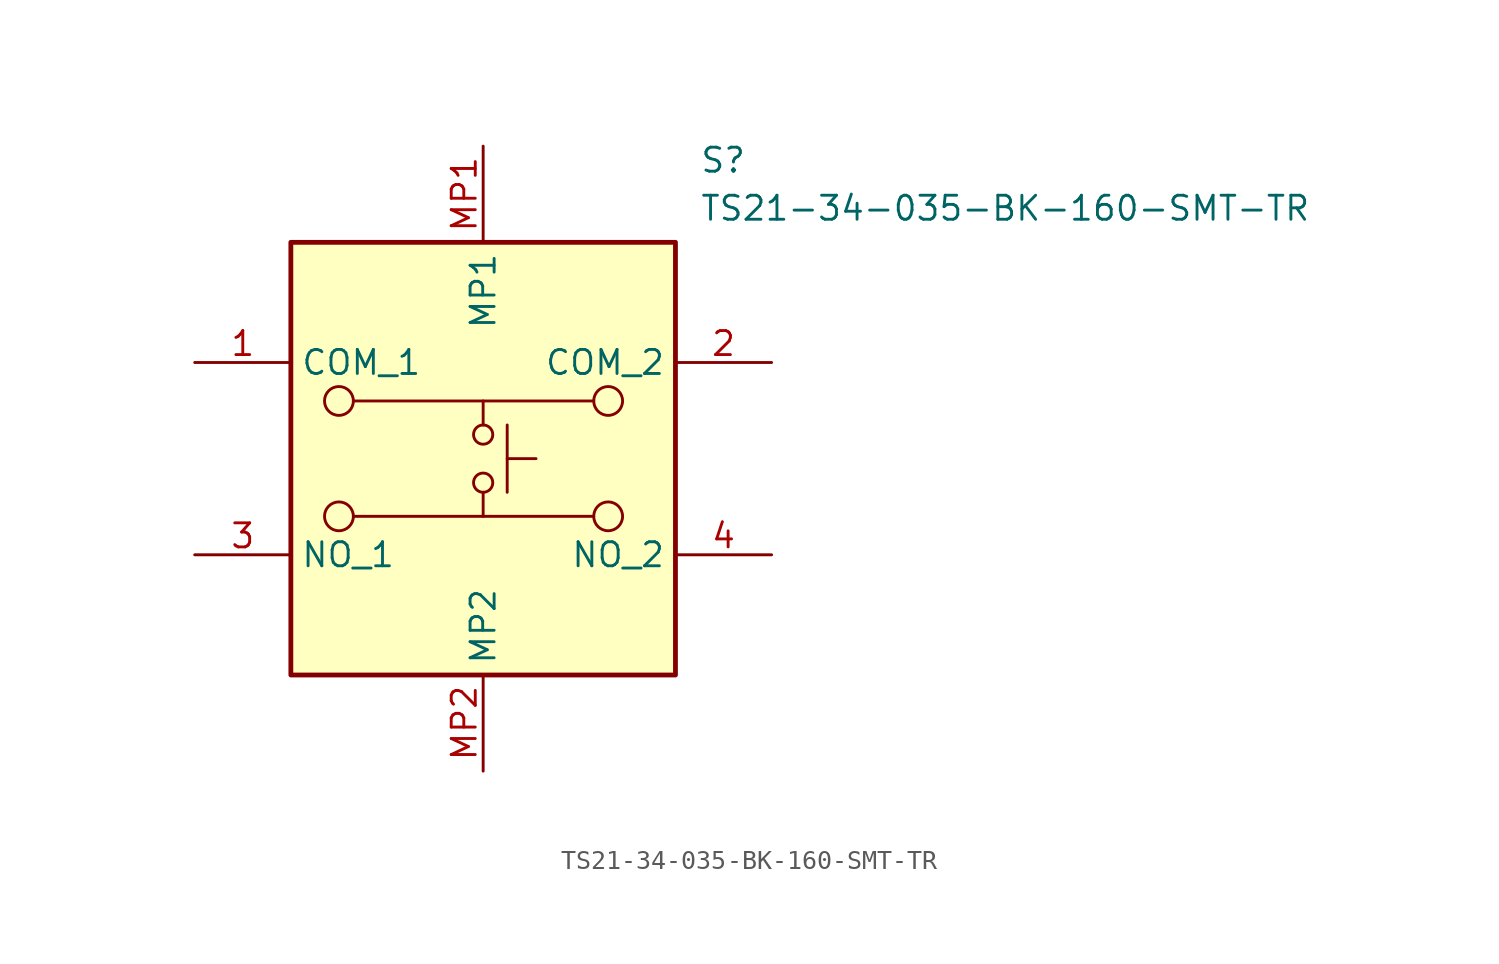
<source format=kicad_sym>
(kicad_symbol_lib
  (version 20231120)
  (generator "kicad_symbol_editor")
  (generator_version "8.0")
  (symbol "TS21-34-035-BK-160-SMT-TR"
    (property "Reference" "S"
      (at 26.67 15.24 0)
      (effects (font (size 1.27 1.27)) (justify left top)))
    (property "Value" "TS21-34-035-BK-160-SMT-TR"
      (at 26.67 12.7 0)
      (effects (font (size 1.27 1.27)) (justify left top)))
    (symbol "TS21-34-035-BK-160-SMT-TR_0_1"
      (polyline (pts (xy 8.382 -4.318) (xy 21.082 -4.318)) (stroke (width 0) (type default)) (fill (type none)))
      (polyline (pts (xy 8.382 1.778) (xy 21.082 1.778)) (stroke (width 0) (type default)) (fill (type none)))
      (polyline (pts (xy 15.24 -3.048) (xy 15.24 -4.318)) (stroke (width 0) (type default)) (fill (type none)))
      (polyline (pts (xy 15.24 1.778) (xy 15.24 0.508)) (stroke (width 0) (type default)) (fill (type none)))
      (polyline (pts (xy 16.51 -1.27) (xy 18.034 -1.27)) (stroke (width 0) (type default)) (fill (type none)))
      (polyline (pts (xy 16.51 0.508) (xy 16.51 -3.048)) (stroke (width 0) (type default)) (fill (type none)))
      (circle (center 7.62 -4.318) (radius 0.762) (stroke (width 0) (type default)) (fill (type none)))
      (circle (center 7.62 1.778) (radius 0.762) (stroke (width 0) (type default)) (fill (type none)))
      (circle (center 15.24 -2.54) (radius 0.508) (stroke (width 0) (type default)) (fill (type none)))
      (circle (center 15.24 0) (radius 0.508) (stroke (width 0) (type default)) (fill (type none)))
      (circle (center 21.844 -4.318) (radius 0.762) (stroke (width 0) (type default)) (fill (type none)))
      (circle (center 21.844 1.778) (radius 0.762) (stroke (width 0) (type default)) (fill (type none))))
    (symbol "TS21-34-035-BK-160-SMT-TR_1_1"
      (rectangle (start 5.08 10.16) (end 25.4 -12.7) (stroke (width 0.254) (type default)) (fill (type background)))
      (pin passive line (at 0 3.81 0) (length 5.08) (name "COM_1" (effects (font (size 1.27 1.27)))) (number "1" (effects (font (size 1.27 1.27)))))
      (pin passive line (at 30.48 3.81 180) (length 5.08) (name "COM_2" (effects (font (size 1.27 1.27)))) (number "2" (effects (font (size 1.27 1.27)))))
      (pin passive line (at 0 -6.35 0) (length 5.08) (name "NO_1" (effects (font (size 1.27 1.27)))) (number "3" (effects (font (size 1.27 1.27)))))
      (pin passive line (at 30.48 -6.35 180) (length 5.08) (name "NO_2" (effects (font (size 1.27 1.27)))) (number "4" (effects (font (size 1.27 1.27)))))
      (pin passive line (at 15.24 15.24 270) (length 5.08) (name "MP1" (effects (font (size 1.27 1.27)))) (number "MP1" (effects (font (size 1.27 1.27)))))
      (pin passive line (at 15.24 -17.78 90) (length 5.08) (name "MP2" (effects (font (size 1.27 1.27)))) (number "MP2" (effects (font (size 1.27 1.27))))))))
</source>
